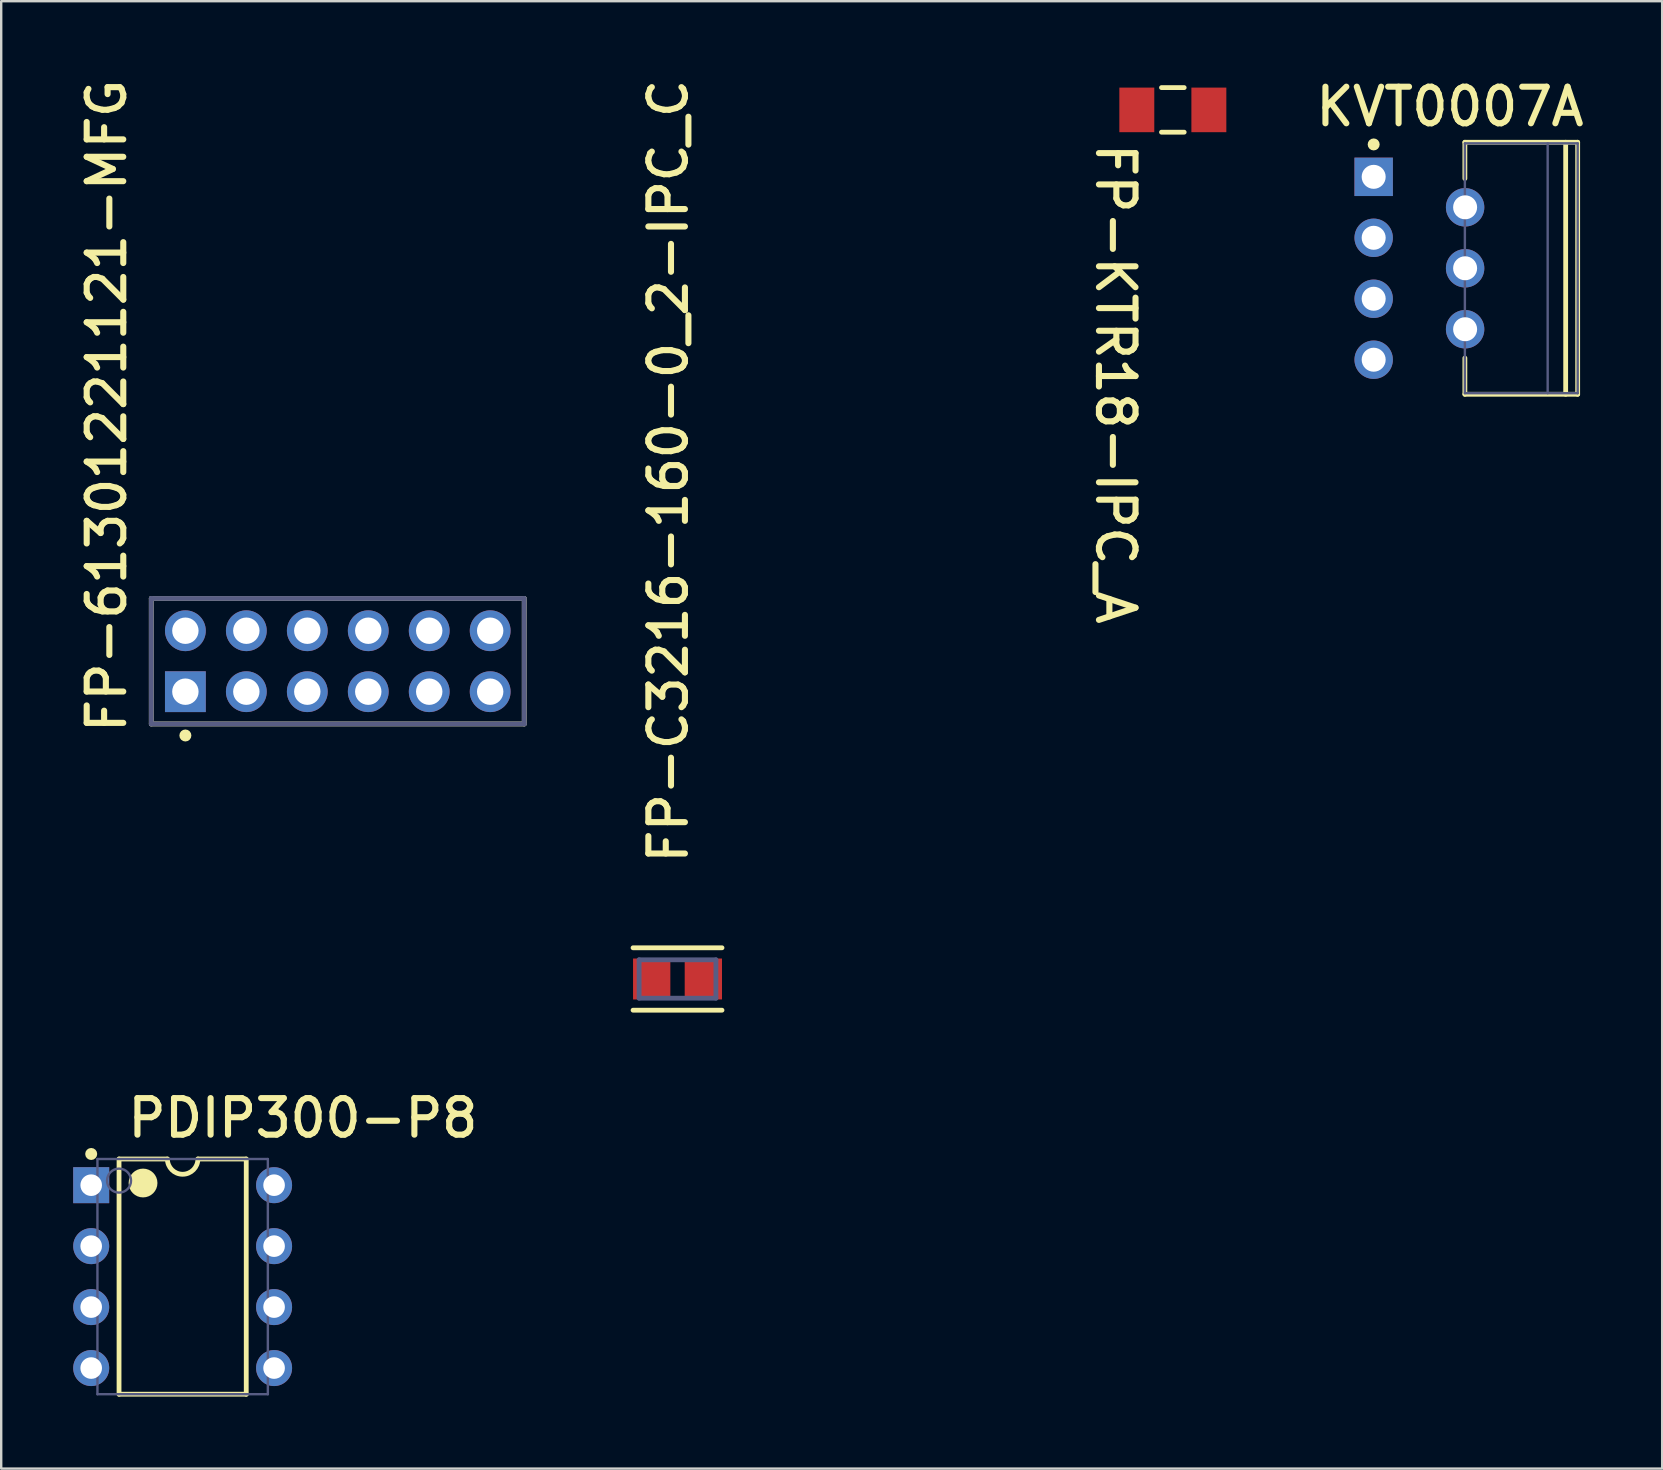
<source format=kicad_pcb>
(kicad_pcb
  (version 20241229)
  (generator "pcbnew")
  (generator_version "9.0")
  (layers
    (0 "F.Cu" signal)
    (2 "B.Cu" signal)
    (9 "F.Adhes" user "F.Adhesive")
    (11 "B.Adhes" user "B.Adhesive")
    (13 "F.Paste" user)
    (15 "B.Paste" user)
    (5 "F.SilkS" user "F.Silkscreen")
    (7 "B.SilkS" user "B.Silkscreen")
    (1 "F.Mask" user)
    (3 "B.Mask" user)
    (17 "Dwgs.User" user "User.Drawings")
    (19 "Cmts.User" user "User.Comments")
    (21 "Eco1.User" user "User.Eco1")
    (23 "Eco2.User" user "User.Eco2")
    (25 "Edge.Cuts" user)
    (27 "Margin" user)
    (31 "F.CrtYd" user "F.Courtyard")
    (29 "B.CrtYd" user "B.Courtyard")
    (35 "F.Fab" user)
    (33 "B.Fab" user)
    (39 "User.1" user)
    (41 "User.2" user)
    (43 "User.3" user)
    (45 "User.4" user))
  (footprint "PDIP300-P8"
    (layer "F.Cu")
    (at 4.56 50.142)
    (property "Reference" "PDIP300-P8" (at -2.413 -5.715 0) (unlocked yes) (layer "F.SilkS") (effects (font (size 1.524 1.524) (thickness 0.254)) (justify left bottom)))
    (fp_line (start -2.65 -4.9) (end -0.635 -4.9) (stroke (width 0.2) (type solid)) (layer "F.SilkS"))
    (fp_line (start -2.65 4.9) (end -2.65 -4.9) (stroke (width 0.2) (type solid)) (layer "F.SilkS"))
    (fp_line (start -2.65 4.9) (end 2.65 4.9) (stroke (width 0.2) (type solid)) (layer "F.SilkS"))
    (fp_line (start 0.635 -4.9) (end 2.65 -4.9) (stroke (width 0.2) (type solid)) (layer "F.SilkS"))
    (fp_line (start 2.65 4.9) (end 2.65 -4.9) (stroke (width 0.2) (type solid)) (layer "F.SilkS"))
    (fp_arc (start 0.635 -4.9) (mid 0 -4.265) (end -0.635 -4.9) (stroke (width 0.2) (type solid)) (layer "F.SilkS"))
    (fp_circle (center -3.81 -5.11) (end -3.81 -5.235) (stroke (width 0.25) (type solid)) (fill no) (layer "F.SilkS"))
    (fp_circle (center -1.65 -3.9) (end -1.65 -4.2) (stroke (width 0.6) (type solid)) (fill no) (layer "F.SilkS"))
    (fp_line (start -0.5 0) (end 0.5 0) (stroke (width 0.1) (type solid)) (layer "Eco1.User"))
    (fp_line (start 0 0.5) (end 0 -0.5) (stroke (width 0.1) (type solid)) (layer "Eco1.User"))
    (fp_line (start -3.55 -4.9) (end 3.55 -4.9) (stroke (width 0.1) (type solid)) (layer "B.Fab"))
    (fp_line (start -3.55 4.9) (end -3.55 -4.9) (stroke (width 0.1) (type solid)) (layer "B.Fab"))
    (fp_line (start -3.55 4.9) (end 3.55 4.9) (stroke (width 0.1) (type solid)) (layer "B.Fab"))
    (fp_line (start 3.55 4.9) (end 3.55 -4.9) (stroke (width 0.1) (type solid)) (layer "B.Fab"))
    (fp_circle (center -2.65 -4) (end -2.65 -4.5) (stroke (width 0.1) (type solid)) (fill no) (layer "B.Fab"))
    (pad "1" thru_hole rect (at -3.81 -3.81) (size 1.5 1.5) (drill 0.9) (layers "*.Cu" "*.Mask"))
    (pad "2" thru_hole circle (at -3.81 -1.27) (size 1.5 1.5) (drill 0.9) (layers "*.Cu" "*.Mask"))
    (pad "3" thru_hole circle (at -3.81 1.27) (size 1.5 1.5) (drill 0.9) (layers "*.Cu" "*.Mask"))
    (pad "4" thru_hole circle (at -3.81 3.81) (size 1.5 1.5) (drill 0.9) (layers "*.Cu" "*.Mask"))
    (pad "5" thru_hole circle (at 3.81 3.81) (size 1.5 1.5) (drill 0.9) (layers "*.Cu" "*.Mask"))
    (pad "6" thru_hole circle (at 3.81 1.27) (size 1.5 1.5) (drill 0.9) (layers "*.Cu" "*.Mask"))
    (pad "7" thru_hole circle (at 3.81 -1.27) (size 1.5 1.5) (drill 0.9) (layers "*.Cu" "*.Mask"))
    (pad "8" thru_hole circle (at 3.81 -3.81) (size 1.5 1.5) (drill 0.9) (layers "*.Cu" "*.Mask")))
  (footprint "FP-61301221121-MFG"
    (layer "F.Cu")
    (at 11.024 24.5)
    (property "Reference" "FP-61301221121-MFG" (at -8.738 3.099 90) (unlocked yes) (layer "F.SilkS") (effects (font (size 1.524 1.524) (thickness 0.254)) (justify left bottom)))
    (fp_line (start -7.77 2.615) (end -7.77 -2.615) (stroke (width 0.2) (type solid)) (layer "F.SilkS"))
    (fp_line (start 7.77 -2.615) (end -7.77 -2.615) (stroke (width 0.2) (type solid)) (layer "F.SilkS"))
    (fp_line (start 7.77 2.615) (end -7.77 2.615) (stroke (width 0.2) (type solid)) (layer "F.SilkS"))
    (fp_line (start 7.77 2.615) (end 7.77 -2.615) (stroke (width 0.2) (type solid)) (layer "F.SilkS"))
    (fp_circle (center -6.35 3.095) (end -6.475 3.095) (stroke (width 0.25) (type solid)) (fill no) (layer "F.SilkS"))
    (fp_line (start -7.87 2.715) (end -7.87 -2.715) (stroke (width 0.2) (type solid)) (layer "Eco1.User"))
    (fp_line (start 0 0.5) (end 0 -0.5) (stroke (width 0.1) (type solid)) (layer "Eco1.User"))
    (fp_line (start 0.5 0) (end -0.5 0) (stroke (width 0.1) (type solid)) (layer "Eco1.User"))
    (fp_line (start 7.87 -2.715) (end -7.87 -2.715) (stroke (width 0.2) (type solid)) (layer "Eco1.User"))
    (fp_line (start 7.87 2.715) (end -7.87 2.715) (stroke (width 0.2) (type solid)) (layer "Eco1.User"))
    (fp_line (start 7.87 2.715) (end 7.87 -2.715) (stroke (width 0.2) (type solid)) (layer "Eco1.User"))
    (fp_line (start -7.77 2.615) (end -7.77 -2.615) (stroke (width 0.2) (type solid)) (layer "B.Fab"))
    (fp_line (start 7.77 -2.615) (end -7.77 -2.615) (stroke (width 0.2) (type solid)) (layer "B.Fab"))
    (fp_line (start 7.77 2.615) (end -7.77 2.615) (stroke (width 0.2) (type solid)) (layer "B.Fab"))
    (fp_line (start 7.77 2.615) (end 7.77 -2.615) (stroke (width 0.2) (type solid)) (layer "B.Fab"))
    (fp_line (start -7.87 2.715) (end -7.87 -2.715) (stroke (width 0.2) (type solid)) (layer "User.5"))
    (fp_line (start 7.87 -2.715) (end -7.87 -2.715) (stroke (width 0.2) (type solid)) (layer "User.5"))
    (fp_line (start 7.87 2.715) (end -7.87 2.715) (stroke (width 0.2) (type solid)) (layer "User.5"))
    (fp_line (start 7.87 2.715) (end 7.87 -2.715) (stroke (width 0.2) (type solid)) (layer "User.5"))
    (fp_text user "${REFERENCE}" (at -0.002 -0.012 0) (unlocked yes) (layer "User.5") (effects (font (size 0.5 0.5) (thickness 0.1)) (justify left bottom)))
    (pad "1" thru_hole rect (at -6.35 1.27) (size 1.7 1.7) (drill 1.1) (layers "*.Cu" "*.Mask"))
    (pad "2" thru_hole circle (at -6.35 -1.27) (size 1.7 1.7) (drill 1.1) (layers "*.Cu" "*.Mask"))
    (pad "3" thru_hole circle (at -3.81 1.27) (size 1.7 1.7) (drill 1.1) (layers "*.Cu" "*.Mask"))
    (pad "4" thru_hole circle (at -3.81 -1.27) (size 1.7 1.7) (drill 1.1) (layers "*.Cu" "*.Mask"))
    (pad "5" thru_hole circle (at -1.27 1.27) (size 1.7 1.7) (drill 1.1) (layers "*.Cu" "*.Mask"))
    (pad "6" thru_hole circle (at -1.27 -1.27) (size 1.7 1.7) (drill 1.1) (layers "*.Cu" "*.Mask"))
    (pad "7" thru_hole circle (at 1.27 1.27) (size 1.7 1.7) (drill 1.1) (layers "*.Cu" "*.Mask"))
    (pad "8" thru_hole circle (at 1.27 -1.27) (size 1.7 1.7) (drill 1.1) (layers "*.Cu" "*.Mask"))
    (pad "9" thru_hole circle (at 3.81 1.27) (size 1.7 1.7) (drill 1.1) (layers "*.Cu" "*.Mask"))
    (pad "10" thru_hole circle (at 3.81 -1.27) (size 1.7 1.7) (drill 1.1) (layers "*.Cu" "*.Mask"))
    (pad "11" thru_hole circle (at 6.35 1.27) (size 1.7 1.7) (drill 1.1) (layers "*.Cu" "*.Mask"))
    (pad "12" thru_hole circle (at 6.35 -1.27) (size 1.7 1.7) (drill 1.1) (layers "*.Cu" "*.Mask")))
  (footprint "KVT0007A"
    (layer "F.Cu")
    (at 56.091 8.128)
    (property "Reference" "KVT0007A" (at -4.445 -5.842 0) (unlocked yes) (layer "F.SilkS") (effects (font (size 1.524 1.524) (thickness 0.254)) (justify left bottom)))
    (fp_line (start 1.895 -5.25) (end 6.595 -5.25) (stroke (width 0.2) (type solid)) (layer "F.SilkS"))
    (fp_line (start 1.895 -3.74) (end 1.895 -5.25) (stroke (width 0.2) (type solid)) (layer "F.SilkS"))
    (fp_line (start 1.895 5.25) (end 1.895 3.74) (stroke (width 0.2) (type solid)) (layer "F.SilkS"))
    (fp_line (start 1.895 5.25) (end 6.595 5.25) (stroke (width 0.2) (type solid)) (layer "F.SilkS"))
    (fp_line (start 6.095 5.25) (end 6.095 -5.25) (stroke (width 0.2) (type solid)) (layer "F.SilkS"))
    (fp_line (start 6.595 5.25) (end 6.595 -5.25) (stroke (width 0.2) (type solid)) (layer "F.SilkS"))
    (fp_circle (center -1.905 -5.16) (end -1.905 -5.285) (stroke (width 0.25) (type solid)) (fill no) (layer "F.SilkS"))
    (fp_line (start -2.955 -5.475) (end 6.845 -5.475) (stroke (width 0.05) (type solid)) (layer "Eco1.User"))
    (fp_line (start -2.955 5.475) (end -2.955 -5.475) (stroke (width 0.05) (type solid)) (layer "Eco1.User"))
    (fp_line (start -2.955 5.475) (end 6.845 5.475) (stroke (width 0.05) (type solid)) (layer "Eco1.User"))
    (fp_line (start -0.5 0) (end 0.5 0) (stroke (width 0.1) (type solid)) (layer "Eco1.User"))
    (fp_line (start 0 0.5) (end 0 -0.5) (stroke (width 0.1) (type solid)) (layer "Eco1.User"))
    (fp_line (start 6.845 5.475) (end 6.845 -5.475) (stroke (width 0.05) (type solid)) (layer "Eco1.User"))
    (fp_line (start 1.895 -5.205) (end 6.595 -5.205) (stroke (width 0.1) (type solid)) (layer "B.Fab"))
    (fp_line (start 1.895 5.205) (end 1.895 -5.205) (stroke (width 0.1) (type solid)) (layer "B.Fab"))
    (fp_line (start 1.895 5.205) (end 6.595 5.205) (stroke (width 0.1) (type solid)) (layer "B.Fab"))
    (fp_line (start 5.345 5.205) (end 5.345 -5.205) (stroke (width 0.1) (type solid)) (layer "B.Fab"))
    (fp_line (start 6.595 5.205) (end 6.595 -5.205) (stroke (width 0.1) (type solid)) (layer "B.Fab"))
    (fp_text user "${REFERENCE}" (at 2.032 0.508 0) (unlocked yes) (layer "User.1") (effects (font (size 1.016 1.016) (thickness 0.178))))
    (pad "1" thru_hole rect (at -1.905 -3.81) (size 1.6 1.6) (drill 1) (layers "*.Cu" "*.Mask"))
    (pad "2" thru_hole circle (at 1.905 -2.54) (size 1.6 1.6) (drill 1) (layers "*.Cu" "*.Mask"))
    (pad "3" thru_hole circle (at -1.905 -1.27) (size 1.6 1.6) (drill 1) (layers "*.Cu" "*.Mask"))
    (pad "4" thru_hole circle (at 1.905 0) (size 1.6 1.6) (drill 1) (layers "*.Cu" "*.Mask"))
    (pad "5" thru_hole circle (at -1.905 1.27) (size 1.6 1.6) (drill 1) (layers "*.Cu" "*.Mask"))
    (pad "6" thru_hole circle (at 1.905 2.54) (size 1.6 1.6) (drill 1) (layers "*.Cu" "*.Mask"))
    (pad "7" thru_hole circle (at -1.905 3.81) (size 1.6 1.6) (drill 1) (layers "*.Cu" "*.Mask")))
  (footprint "FP-C3216-160-0_2-IPC_C"
    (layer "F.Cu")
    (at 25.18 37.741)
    (property "Reference" "FP-C3216-160-0_2-IPC_C" (at 0.508 -4.699 90) (unlocked yes) (layer "F.SilkS") (effects (font (size 1.524 1.524) (thickness 0.254)) (justify left bottom)))
    (fp_line (start 1.853 -1.3) (end -1.853 -1.3) (stroke (width 0.2) (type solid)) (layer "F.SilkS"))
    (fp_line (start 1.853 1.3) (end -1.853 1.3) (stroke (width 0.2) (type solid)) (layer "F.SilkS"))
    (fp_line (start -1.953 1) (end -1.953 -1) (stroke (width 0.2) (type solid)) (layer "Eco1.User"))
    (fp_line (start 0 0.5) (end 0 -0.5) (stroke (width 0.1) (type solid)) (layer "Eco1.User"))
    (fp_line (start 0.5 0) (end -0.5 0) (stroke (width 0.1) (type solid)) (layer "Eco1.User"))
    (fp_line (start 1.953 -1) (end -1.953 -1) (stroke (width 0.2) (type solid)) (layer "Eco1.User"))
    (fp_line (start 1.953 1) (end -1.953 1) (stroke (width 0.2) (type solid)) (layer "Eco1.User"))
    (fp_line (start 1.953 1) (end 1.953 -1) (stroke (width 0.2) (type solid)) (layer "Eco1.User"))
    (fp_line (start -1.6 0.8) (end -1.6 -0.8) (stroke (width 0.2) (type solid)) (layer "B.Fab"))
    (fp_line (start 1.6 -0.8) (end -1.6 -0.8) (stroke (width 0.2) (type solid)) (layer "B.Fab"))
    (fp_line (start 1.6 0.8) (end -1.6 0.8) (stroke (width 0.2) (type solid)) (layer "B.Fab"))
    (fp_line (start 1.6 0.8) (end 1.6 -0.8) (stroke (width 0.2) (type solid)) (layer "B.Fab"))
    (fp_line (start -1.953 1) (end -1.953 -1) (stroke (width 0.2) (type solid)) (layer "User.5"))
    (fp_line (start 1.953 -1) (end -1.953 -1) (stroke (width 0.2) (type solid)) (layer "User.5"))
    (fp_line (start 1.953 1) (end -1.953 1) (stroke (width 0.2) (type solid)) (layer "User.5"))
    (fp_line (start 1.953 1) (end 1.953 -1) (stroke (width 0.2) (type solid)) (layer "User.5"))
    (fp_text user "${REFERENCE}" (at -0.000008 -0.011 0) (unlocked yes) (layer "User.5") (effects (font (size 0.5 0.5) (thickness 0.1)) (justify left bottom)))
    (pad "1" smd rect (at -1.076 0) (size 1.554 1.706) (layers "F.Cu" "F.Mask" "F.Paste"))
    (pad "2" smd rect (at 1.076 0) (size 1.554 1.706) (layers "F.Cu" "F.Mask" "F.Paste")))
  (footprint "FP-KTR18-IPC_A"
    (layer "F.Cu")
    (at 45.818 1.529)
    (property "Reference" "FP-KTR18-IPC_A" (at -3.279 1.27 270) (unlocked yes) (layer "F.SilkS") (effects (font (size 1.524 1.524) (thickness 0.254)) (justify left bottom)))
    (fp_line (start 0.473 -0.929) (end -0.473 -0.929) (stroke (width 0.2) (type solid)) (layer "F.SilkS"))
    (fp_line (start 0.473 0.929) (end -0.473 0.929) (stroke (width 0.2) (type solid)) (layer "F.SilkS"))
    (fp_line (start -2.729 -1.429) (end -2.729 1.429) (stroke (width 0.2) (type solid)) (layer "Eco1.User"))
    (fp_line (start -2.729 -1.429) (end -2.729 1.429) (stroke (width 0.2) (type solid)) (layer "Eco1.User"))
    (fp_line (start -1.6 -0.8) (end -1.6 0.8) (stroke (width 0.2) (type solid)) (layer "Eco1.User"))
    (fp_line (start 0 -0.5) (end 0 0.5) (stroke (width 0.1) (type solid)) (layer "Eco1.User"))
    (fp_line (start 0.5 0) (end -0.5 0) (stroke (width 0.1) (type solid)) (layer "Eco1.User"))
    (fp_line (start 1.6 -0.8) (end -1.6 -0.8) (stroke (width 0.2) (type solid)) (layer "Eco1.User"))
    (fp_line (start 1.6 -0.8) (end 1.6 0.8) (stroke (width 0.2) (type solid)) (layer "Eco1.User"))
    (fp_line (start 1.6 0.8) (end -1.6 0.8) (stroke (width 0.2) (type solid)) (layer "Eco1.User"))
    (fp_line (start 2.729 -1.429) (end -2.729 -1.429) (stroke (width 0.2) (type solid)) (layer "Eco1.User"))
    (fp_line (start 2.729 -1.429) (end -2.729 -1.429) (stroke (width 0.2) (type solid)) (layer "Eco1.User"))
    (fp_line (start 2.729 -1.429) (end 2.729 1.429) (stroke (width 0.2) (type solid)) (layer "Eco1.User"))
    (fp_line (start 2.729 -1.429) (end 2.729 1.429) (stroke (width 0.2) (type solid)) (layer "Eco1.User"))
    (fp_line (start 2.729 1.429) (end -2.729 1.429) (stroke (width 0.2) (type solid)) (layer "Eco1.User"))
    (fp_line (start 2.729 1.429) (end -2.729 1.429) (stroke (width 0.2) (type solid)) (layer "Eco1.User"))
    (fp_text user "${REFERENCE}" (at -0.00001 0.00001 180) (unlocked yes) (layer "Eco1.User") (effects (font (size 0.5 0.5) (thickness 0.1)) (justify left bottom)))
    (pad "1" smd rect (at -1.501 0 180) (size 1.456 1.858) (layers "F.Cu" "F.Mask" "F.Paste"))
    (pad "2" smd rect (at 1.501 0 180) (size 1.456 1.858) (layers "F.Cu" "F.Mask" "F.Paste")))
  (gr_rect
    (start -3 -3)
    (end 66.207 58.142)
    (stroke (width 0.1) (type default))
    (fill no)
    (layer "Edge.Cuts")))
</source>
